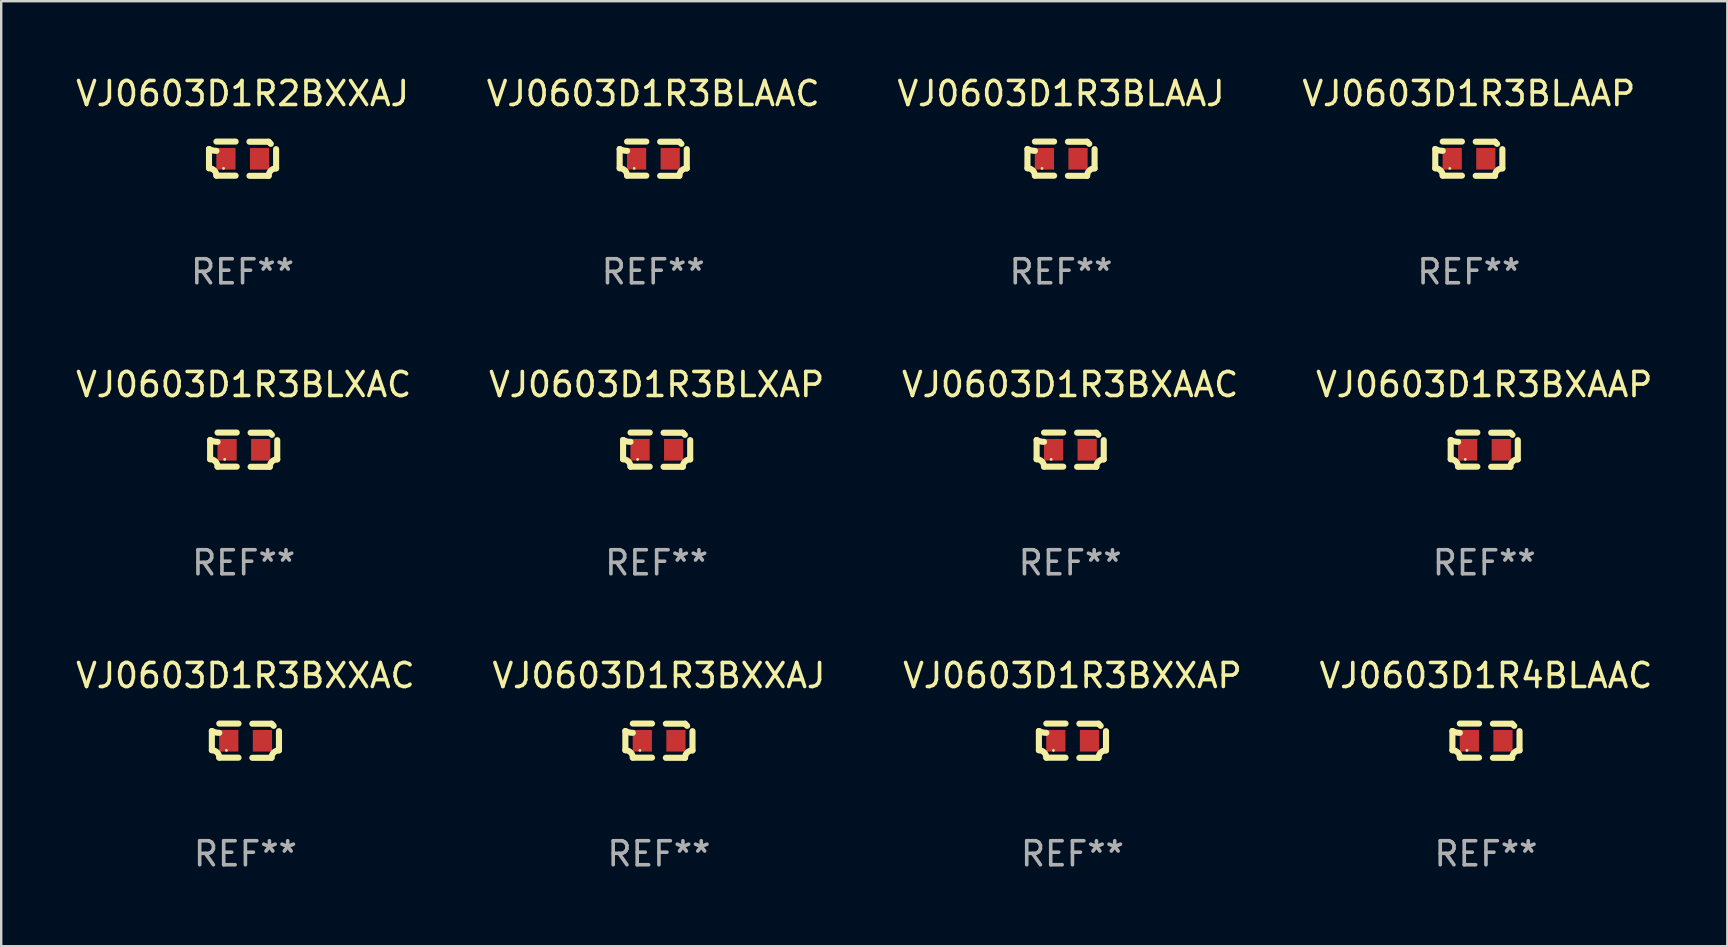
<source format=kicad_pcb>
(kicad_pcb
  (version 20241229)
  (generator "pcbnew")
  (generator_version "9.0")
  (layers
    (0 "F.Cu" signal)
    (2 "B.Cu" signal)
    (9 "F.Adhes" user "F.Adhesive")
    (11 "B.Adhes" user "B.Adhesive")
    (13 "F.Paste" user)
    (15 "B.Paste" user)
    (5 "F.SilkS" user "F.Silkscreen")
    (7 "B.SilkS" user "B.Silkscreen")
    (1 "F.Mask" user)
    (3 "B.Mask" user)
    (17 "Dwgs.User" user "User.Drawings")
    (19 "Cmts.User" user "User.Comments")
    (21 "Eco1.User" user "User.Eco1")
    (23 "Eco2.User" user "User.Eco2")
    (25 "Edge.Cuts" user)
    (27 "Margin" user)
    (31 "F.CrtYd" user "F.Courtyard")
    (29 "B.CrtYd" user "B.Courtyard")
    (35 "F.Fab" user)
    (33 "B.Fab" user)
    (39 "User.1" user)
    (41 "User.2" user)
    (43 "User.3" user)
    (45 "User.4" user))
  (footprint "VJ0603D1R2BXXAJ"
    (layer "F.Cu")
    (at 7.054 3.561)
    (property "Reference" "VJ0603D1R2BXXAJ" (at 0 -2.713 0) (layer "F.SilkS") (effects (font (size 1 1) (thickness 0.15))))
    (attr through_hole)
    (fp_line (start -1.398 -0.403) (end -1.398 0.397) (stroke (width 0.254) (type solid)) (layer "F.SilkS"))
    (fp_line (start -0.288 -0.713) (end -1.088 -0.713) (stroke (width 0.254) (type solid)) (layer "F.SilkS"))
    (fp_line (start -0.288 0.707) (end -1.088 0.707) (stroke (width 0.254) (type solid)) (layer "F.SilkS"))
    (fp_line (start 0.288 -0.707) (end 1.088 -0.707) (stroke (width 0.254) (type solid)) (layer "F.SilkS"))
    (fp_line (start 0.288 0.713) (end 1.088 0.713) (stroke (width 0.254) (type solid)) (layer "F.SilkS"))
    (fp_line (start 1.398 -0.397) (end 1.398 0.403) (stroke (width 0.254) (type solid)) (layer "F.SilkS"))
    (fp_arc (start -1.397789 0.397066) (mid -1.178701 0.487826) (end -1.08796 0.706922) (stroke (width 0.254001) (type solid)) (layer "F.SilkS"))
    (fp_arc (start -1.08796 -0.327176) (mid -1.247436 -0.346384) (end -1.39779 -0.402908) (stroke (width 0.254001) (type solid)) (layer "F.SilkS"))
    (fp_arc (start 1.087909 0.712738) (mid 1.178656 0.493655) (end 1.397739 0.402908) (stroke (width 0.254001) (type solid)) (layer "F.SilkS"))
    (fp_arc (start 1.175925 -0.618926) (mid 1.131917 -0.662923) (end 1.08791 -0.706922) (stroke (width 0.254001) (type solid)) (layer "F.SilkS"))
    (fp_circle (center -0.792 0.403) (end -0.762 0.403) (stroke (width 0.06) (type solid)) (fill no) (layer "F.SilkS"))
    (fp_text user "REF**" (at 0 4.713 0) (layer "F.Fab") (effects (font (size 1 1) (thickness 0.15))))
    (pad "1" smd rect (at -0.692 0.003) (size 0.8 0.9) (layers "F.Cu" "F.Mask" "F.Paste"))
    (pad "2" smd rect (at 0.708 0.003) (size 0.8 0.9) (layers "F.Cu" "F.Mask" "F.Paste")))
  (footprint "VJ0603D1R3BLXAC"
    (layer "F.Cu")
    (at 7.101 15.683)
    (property "Reference" "VJ0603D1R3BLXAC" (at 0 -2.713 0) (layer "F.SilkS") (effects (font (size 1 1) (thickness 0.15))))
    (attr through_hole)
    (fp_line (start -1.398 -0.403) (end -1.398 0.397) (stroke (width 0.254) (type solid)) (layer "F.SilkS"))
    (fp_line (start -0.288 -0.713) (end -1.088 -0.713) (stroke (width 0.254) (type solid)) (layer "F.SilkS"))
    (fp_line (start -0.288 0.707) (end -1.088 0.707) (stroke (width 0.254) (type solid)) (layer "F.SilkS"))
    (fp_line (start 0.288 -0.707) (end 1.088 -0.707) (stroke (width 0.254) (type solid)) (layer "F.SilkS"))
    (fp_line (start 0.288 0.713) (end 1.088 0.713) (stroke (width 0.254) (type solid)) (layer "F.SilkS"))
    (fp_line (start 1.398 -0.397) (end 1.398 0.403) (stroke (width 0.254) (type solid)) (layer "F.SilkS"))
    (fp_arc (start -1.397789 0.397066) (mid -1.178701 0.487826) (end -1.08796 0.706922) (stroke (width 0.254001) (type solid)) (layer "F.SilkS"))
    (fp_arc (start -1.08796 -0.327176) (mid -1.247436 -0.346384) (end -1.39779 -0.402908) (stroke (width 0.254001) (type solid)) (layer "F.SilkS"))
    (fp_arc (start 1.087909 0.712738) (mid 1.178656 0.493655) (end 1.397739 0.402908) (stroke (width 0.254001) (type solid)) (layer "F.SilkS"))
    (fp_arc (start 1.175925 -0.618926) (mid 1.131917 -0.662923) (end 1.08791 -0.706922) (stroke (width 0.254001) (type solid)) (layer "F.SilkS"))
    (fp_circle (center -0.792 0.403) (end -0.762 0.403) (stroke (width 0.06) (type solid)) (fill no) (layer "F.SilkS"))
    (fp_text user "REF**" (at 0 4.713 0) (layer "F.Fab") (effects (font (size 1 1) (thickness 0.15))))
    (pad "1" smd rect (at -0.692 0.003) (size 0.8 0.9) (layers "F.Cu" "F.Mask" "F.Paste"))
    (pad "2" smd rect (at 0.708 0.003) (size 0.8 0.9) (layers "F.Cu" "F.Mask" "F.Paste")))
  (footprint "VJ0603D1R4BLAAC"
    (layer "F.Cu")
    (at 58.851 27.805)
    (property "Reference" "VJ0603D1R4BLAAC" (at 0 -2.713 0) (layer "F.SilkS") (effects (font (size 1 1) (thickness 0.15))))
    (attr through_hole)
    (fp_line (start -1.398 -0.403) (end -1.398 0.397) (stroke (width 0.254) (type solid)) (layer "F.SilkS"))
    (fp_line (start -0.288 -0.713) (end -1.088 -0.713) (stroke (width 0.254) (type solid)) (layer "F.SilkS"))
    (fp_line (start -0.288 0.707) (end -1.088 0.707) (stroke (width 0.254) (type solid)) (layer "F.SilkS"))
    (fp_line (start 0.288 -0.707) (end 1.088 -0.707) (stroke (width 0.254) (type solid)) (layer "F.SilkS"))
    (fp_line (start 0.288 0.713) (end 1.088 0.713) (stroke (width 0.254) (type solid)) (layer "F.SilkS"))
    (fp_line (start 1.398 -0.397) (end 1.398 0.403) (stroke (width 0.254) (type solid)) (layer "F.SilkS"))
    (fp_arc (start -1.397789 0.397066) (mid -1.178701 0.487826) (end -1.08796 0.706922) (stroke (width 0.254001) (type solid)) (layer "F.SilkS"))
    (fp_arc (start -1.08796 -0.327176) (mid -1.247436 -0.346384) (end -1.39779 -0.402908) (stroke (width 0.254001) (type solid)) (layer "F.SilkS"))
    (fp_arc (start 1.087909 0.712738) (mid 1.178656 0.493655) (end 1.397739 0.402908) (stroke (width 0.254001) (type solid)) (layer "F.SilkS"))
    (fp_arc (start 1.175925 -0.618926) (mid 1.131917 -0.662923) (end 1.08791 -0.706922) (stroke (width 0.254001) (type solid)) (layer "F.SilkS"))
    (fp_circle (center -0.792 0.403) (end -0.762 0.403) (stroke (width 0.06) (type solid)) (fill no) (layer "F.SilkS"))
    (fp_text user "REF**" (at 0 4.713 0) (layer "F.Fab") (effects (font (size 1 1) (thickness 0.15))))
    (pad "1" smd rect (at -0.692 0.003) (size 0.8 0.9) (layers "F.Cu" "F.Mask" "F.Paste"))
    (pad "2" smd rect (at 0.708 0.003) (size 0.8 0.9) (layers "F.Cu" "F.Mask" "F.Paste")))
  (footprint "VJ0603D1R3BLXAP"
    (layer "F.Cu")
    (at 24.304 15.683)
    (property "Reference" "VJ0603D1R3BLXAP" (at 0 -2.713 0) (layer "F.SilkS") (effects (font (size 1 1) (thickness 0.15))))
    (attr through_hole)
    (fp_line (start -1.398 -0.403) (end -1.398 0.397) (stroke (width 0.254) (type solid)) (layer "F.SilkS"))
    (fp_line (start -0.288 -0.713) (end -1.088 -0.713) (stroke (width 0.254) (type solid)) (layer "F.SilkS"))
    (fp_line (start -0.288 0.707) (end -1.088 0.707) (stroke (width 0.254) (type solid)) (layer "F.SilkS"))
    (fp_line (start 0.288 -0.707) (end 1.088 -0.707) (stroke (width 0.254) (type solid)) (layer "F.SilkS"))
    (fp_line (start 0.288 0.713) (end 1.088 0.713) (stroke (width 0.254) (type solid)) (layer "F.SilkS"))
    (fp_line (start 1.398 -0.397) (end 1.398 0.403) (stroke (width 0.254) (type solid)) (layer "F.SilkS"))
    (fp_arc (start -1.397789 0.397066) (mid -1.178701 0.487826) (end -1.08796 0.706922) (stroke (width 0.254001) (type solid)) (layer "F.SilkS"))
    (fp_arc (start -1.08796 -0.327176) (mid -1.247436 -0.346384) (end -1.39779 -0.402908) (stroke (width 0.254001) (type solid)) (layer "F.SilkS"))
    (fp_arc (start 1.087909 0.712738) (mid 1.178656 0.493655) (end 1.397739 0.402908) (stroke (width 0.254001) (type solid)) (layer "F.SilkS"))
    (fp_arc (start 1.175925 -0.618926) (mid 1.131917 -0.662923) (end 1.08791 -0.706922) (stroke (width 0.254001) (type solid)) (layer "F.SilkS"))
    (fp_circle (center -0.792 0.403) (end -0.762 0.403) (stroke (width 0.06) (type solid)) (fill no) (layer "F.SilkS"))
    (fp_text user "REF**" (at 0 4.713 0) (layer "F.Fab") (effects (font (size 1 1) (thickness 0.15))))
    (pad "1" smd rect (at -0.692 0.003) (size 0.8 0.9) (layers "F.Cu" "F.Mask" "F.Paste"))
    (pad "2" smd rect (at 0.708 0.003) (size 0.8 0.9) (layers "F.Cu" "F.Mask" "F.Paste")))
  (footprint "VJ0603D1R3BXXAC"
    (layer "F.Cu")
    (at 7.173 27.805)
    (property "Reference" "VJ0603D1R3BXXAC" (at 0 -2.713 0) (layer "F.SilkS") (effects (font (size 1 1) (thickness 0.15))))
    (attr through_hole)
    (fp_line (start -1.398 -0.403) (end -1.398 0.397) (stroke (width 0.254) (type solid)) (layer "F.SilkS"))
    (fp_line (start -0.288 -0.713) (end -1.088 -0.713) (stroke (width 0.254) (type solid)) (layer "F.SilkS"))
    (fp_line (start -0.288 0.707) (end -1.088 0.707) (stroke (width 0.254) (type solid)) (layer "F.SilkS"))
    (fp_line (start 0.288 -0.707) (end 1.088 -0.707) (stroke (width 0.254) (type solid)) (layer "F.SilkS"))
    (fp_line (start 0.288 0.713) (end 1.088 0.713) (stroke (width 0.254) (type solid)) (layer "F.SilkS"))
    (fp_line (start 1.398 -0.397) (end 1.398 0.403) (stroke (width 0.254) (type solid)) (layer "F.SilkS"))
    (fp_arc (start -1.397789 0.397066) (mid -1.178701 0.487826) (end -1.08796 0.706922) (stroke (width 0.254001) (type solid)) (layer "F.SilkS"))
    (fp_arc (start -1.08796 -0.327176) (mid -1.247436 -0.346384) (end -1.39779 -0.402908) (stroke (width 0.254001) (type solid)) (layer "F.SilkS"))
    (fp_arc (start 1.087909 0.712738) (mid 1.178656 0.493655) (end 1.397739 0.402908) (stroke (width 0.254001) (type solid)) (layer "F.SilkS"))
    (fp_arc (start 1.175925 -0.618926) (mid 1.131917 -0.662923) (end 1.08791 -0.706922) (stroke (width 0.254001) (type solid)) (layer "F.SilkS"))
    (fp_circle (center -0.792 0.403) (end -0.762 0.403) (stroke (width 0.06) (type solid)) (fill no) (layer "F.SilkS"))
    (fp_text user "REF**" (at 0 4.713 0) (layer "F.Fab") (effects (font (size 1 1) (thickness 0.15))))
    (pad "1" smd rect (at -0.692 0.003) (size 0.8 0.9) (layers "F.Cu" "F.Mask" "F.Paste"))
    (pad "2" smd rect (at 0.708 0.003) (size 0.8 0.9) (layers "F.Cu" "F.Mask" "F.Paste")))
  (footprint "VJ0603D1R3BLAAP"
    (layer "F.Cu")
    (at 58.137 3.561)
    (property "Reference" "VJ0603D1R3BLAAP" (at 0 -2.713 0) (layer "F.SilkS") (effects (font (size 1 1) (thickness 0.15))))
    (attr through_hole)
    (fp_line (start -1.398 -0.403) (end -1.398 0.397) (stroke (width 0.254) (type solid)) (layer "F.SilkS"))
    (fp_line (start -0.288 -0.713) (end -1.088 -0.713) (stroke (width 0.254) (type solid)) (layer "F.SilkS"))
    (fp_line (start -0.288 0.707) (end -1.088 0.707) (stroke (width 0.254) (type solid)) (layer "F.SilkS"))
    (fp_line (start 0.288 -0.707) (end 1.088 -0.707) (stroke (width 0.254) (type solid)) (layer "F.SilkS"))
    (fp_line (start 0.288 0.713) (end 1.088 0.713) (stroke (width 0.254) (type solid)) (layer "F.SilkS"))
    (fp_line (start 1.398 -0.397) (end 1.398 0.403) (stroke (width 0.254) (type solid)) (layer "F.SilkS"))
    (fp_arc (start -1.397789 0.397066) (mid -1.178701 0.487826) (end -1.08796 0.706922) (stroke (width 0.254001) (type solid)) (layer "F.SilkS"))
    (fp_arc (start -1.08796 -0.327176) (mid -1.247436 -0.346384) (end -1.39779 -0.402908) (stroke (width 0.254001) (type solid)) (layer "F.SilkS"))
    (fp_arc (start 1.087909 0.712738) (mid 1.178656 0.493655) (end 1.397739 0.402908) (stroke (width 0.254001) (type solid)) (layer "F.SilkS"))
    (fp_arc (start 1.175925 -0.618926) (mid 1.131917 -0.662923) (end 1.08791 -0.706922) (stroke (width 0.254001) (type solid)) (layer "F.SilkS"))
    (fp_circle (center -0.792 0.403) (end -0.762 0.403) (stroke (width 0.06) (type solid)) (fill no) (layer "F.SilkS"))
    (fp_text user "REF**" (at 0 4.713 0) (layer "F.Fab") (effects (font (size 1 1) (thickness 0.15))))
    (pad "1" smd rect (at -0.692 0.003) (size 0.8 0.9) (layers "F.Cu" "F.Mask" "F.Paste"))
    (pad "2" smd rect (at 0.708 0.003) (size 0.8 0.9) (layers "F.Cu" "F.Mask" "F.Paste")))
  (footprint "VJ0603D1R3BXXAP"
    (layer "F.Cu")
    (at 41.625 27.805)
    (property "Reference" "VJ0603D1R3BXXAP" (at 0 -2.713 0) (layer "F.SilkS") (effects (font (size 1 1) (thickness 0.15))))
    (attr through_hole)
    (fp_line (start -1.398 -0.403) (end -1.398 0.397) (stroke (width 0.254) (type solid)) (layer "F.SilkS"))
    (fp_line (start -0.288 -0.713) (end -1.088 -0.713) (stroke (width 0.254) (type solid)) (layer "F.SilkS"))
    (fp_line (start -0.288 0.707) (end -1.088 0.707) (stroke (width 0.254) (type solid)) (layer "F.SilkS"))
    (fp_line (start 0.288 -0.707) (end 1.088 -0.707) (stroke (width 0.254) (type solid)) (layer "F.SilkS"))
    (fp_line (start 0.288 0.713) (end 1.088 0.713) (stroke (width 0.254) (type solid)) (layer "F.SilkS"))
    (fp_line (start 1.398 -0.397) (end 1.398 0.403) (stroke (width 0.254) (type solid)) (layer "F.SilkS"))
    (fp_arc (start -1.397789 0.397066) (mid -1.178701 0.487826) (end -1.08796 0.706922) (stroke (width 0.254001) (type solid)) (layer "F.SilkS"))
    (fp_arc (start -1.08796 -0.327176) (mid -1.247436 -0.346384) (end -1.39779 -0.402908) (stroke (width 0.254001) (type solid)) (layer "F.SilkS"))
    (fp_arc (start 1.087909 0.712738) (mid 1.178656 0.493655) (end 1.397739 0.402908) (stroke (width 0.254001) (type solid)) (layer "F.SilkS"))
    (fp_arc (start 1.175925 -0.618926) (mid 1.131917 -0.662923) (end 1.08791 -0.706922) (stroke (width 0.254001) (type solid)) (layer "F.SilkS"))
    (fp_circle (center -0.792 0.403) (end -0.762 0.403) (stroke (width 0.06) (type solid)) (fill no) (layer "F.SilkS"))
    (fp_text user "REF**" (at 0 4.713 0) (layer "F.Fab") (effects (font (size 1 1) (thickness 0.15))))
    (pad "1" smd rect (at -0.692 0.003) (size 0.8 0.9) (layers "F.Cu" "F.Mask" "F.Paste"))
    (pad "2" smd rect (at 0.708 0.003) (size 0.8 0.9) (layers "F.Cu" "F.Mask" "F.Paste")))
  (footprint "VJ0603D1R3BXAAP"
    (layer "F.Cu")
    (at 58.78 15.683)
    (property "Reference" "VJ0603D1R3BXAAP" (at 0 -2.713 0) (layer "F.SilkS") (effects (font (size 1 1) (thickness 0.15))))
    (attr through_hole)
    (fp_line (start -1.398 -0.403) (end -1.398 0.397) (stroke (width 0.254) (type solid)) (layer "F.SilkS"))
    (fp_line (start -0.288 -0.713) (end -1.088 -0.713) (stroke (width 0.254) (type solid)) (layer "F.SilkS"))
    (fp_line (start -0.288 0.707) (end -1.088 0.707) (stroke (width 0.254) (type solid)) (layer "F.SilkS"))
    (fp_line (start 0.288 -0.707) (end 1.088 -0.707) (stroke (width 0.254) (type solid)) (layer "F.SilkS"))
    (fp_line (start 0.288 0.713) (end 1.088 0.713) (stroke (width 0.254) (type solid)) (layer "F.SilkS"))
    (fp_line (start 1.398 -0.397) (end 1.398 0.403) (stroke (width 0.254) (type solid)) (layer "F.SilkS"))
    (fp_arc (start -1.397789 0.397066) (mid -1.178701 0.487826) (end -1.08796 0.706922) (stroke (width 0.254001) (type solid)) (layer "F.SilkS"))
    (fp_arc (start -1.08796 -0.327176) (mid -1.247436 -0.346384) (end -1.39779 -0.402908) (stroke (width 0.254001) (type solid)) (layer "F.SilkS"))
    (fp_arc (start 1.087909 0.712738) (mid 1.178656 0.493655) (end 1.397739 0.402908) (stroke (width 0.254001) (type solid)) (layer "F.SilkS"))
    (fp_arc (start 1.175925 -0.618926) (mid 1.131917 -0.662923) (end 1.08791 -0.706922) (stroke (width 0.254001) (type solid)) (layer "F.SilkS"))
    (fp_circle (center -0.792 0.403) (end -0.762 0.403) (stroke (width 0.06) (type solid)) (fill no) (layer "F.SilkS"))
    (fp_text user "REF**" (at 0 4.713 0) (layer "F.Fab") (effects (font (size 1 1) (thickness 0.15))))
    (pad "1" smd rect (at -0.692 0.003) (size 0.8 0.9) (layers "F.Cu" "F.Mask" "F.Paste"))
    (pad "2" smd rect (at 0.708 0.003) (size 0.8 0.9) (layers "F.Cu" "F.Mask" "F.Paste")))
  (footprint "VJ0603D1R3BXXAJ"
    (layer "F.Cu")
    (at 24.399 27.805)
    (property "Reference" "VJ0603D1R3BXXAJ" (at 0 -2.713 0) (layer "F.SilkS") (effects (font (size 1 1) (thickness 0.15))))
    (attr through_hole)
    (fp_line (start -1.398 -0.403) (end -1.398 0.397) (stroke (width 0.254) (type solid)) (layer "F.SilkS"))
    (fp_line (start -0.288 -0.713) (end -1.088 -0.713) (stroke (width 0.254) (type solid)) (layer "F.SilkS"))
    (fp_line (start -0.288 0.707) (end -1.088 0.707) (stroke (width 0.254) (type solid)) (layer "F.SilkS"))
    (fp_line (start 0.288 -0.707) (end 1.088 -0.707) (stroke (width 0.254) (type solid)) (layer "F.SilkS"))
    (fp_line (start 0.288 0.713) (end 1.088 0.713) (stroke (width 0.254) (type solid)) (layer "F.SilkS"))
    (fp_line (start 1.398 -0.397) (end 1.398 0.403) (stroke (width 0.254) (type solid)) (layer "F.SilkS"))
    (fp_arc (start -1.397789 0.397066) (mid -1.178701 0.487826) (end -1.08796 0.706922) (stroke (width 0.254001) (type solid)) (layer "F.SilkS"))
    (fp_arc (start -1.08796 -0.327176) (mid -1.247436 -0.346384) (end -1.39779 -0.402908) (stroke (width 0.254001) (type solid)) (layer "F.SilkS"))
    (fp_arc (start 1.087909 0.712738) (mid 1.178656 0.493655) (end 1.397739 0.402908) (stroke (width 0.254001) (type solid)) (layer "F.SilkS"))
    (fp_arc (start 1.175925 -0.618926) (mid 1.131917 -0.662923) (end 1.08791 -0.706922) (stroke (width 0.254001) (type solid)) (layer "F.SilkS"))
    (fp_circle (center -0.792 0.403) (end -0.762 0.403) (stroke (width 0.06) (type solid)) (fill no) (layer "F.SilkS"))
    (fp_text user "REF**" (at 0 4.713 0) (layer "F.Fab") (effects (font (size 1 1) (thickness 0.15))))
    (pad "1" smd rect (at -0.692 0.003) (size 0.8 0.9) (layers "F.Cu" "F.Mask" "F.Paste"))
    (pad "2" smd rect (at 0.708 0.003) (size 0.8 0.9) (layers "F.Cu" "F.Mask" "F.Paste")))
  (footprint "VJ0603D1R3BLAAJ"
    (layer "F.Cu")
    (at 41.149 3.561)
    (property "Reference" "VJ0603D1R3BLAAJ" (at 0 -2.713 0) (layer "F.SilkS") (effects (font (size 1 1) (thickness 0.15))))
    (attr through_hole)
    (fp_line (start -1.398 -0.403) (end -1.398 0.397) (stroke (width 0.254) (type solid)) (layer "F.SilkS"))
    (fp_line (start -0.288 -0.713) (end -1.088 -0.713) (stroke (width 0.254) (type solid)) (layer "F.SilkS"))
    (fp_line (start -0.288 0.707) (end -1.088 0.707) (stroke (width 0.254) (type solid)) (layer "F.SilkS"))
    (fp_line (start 0.288 -0.707) (end 1.088 -0.707) (stroke (width 0.254) (type solid)) (layer "F.SilkS"))
    (fp_line (start 0.288 0.713) (end 1.088 0.713) (stroke (width 0.254) (type solid)) (layer "F.SilkS"))
    (fp_line (start 1.398 -0.397) (end 1.398 0.403) (stroke (width 0.254) (type solid)) (layer "F.SilkS"))
    (fp_arc (start -1.397789 0.397066) (mid -1.178701 0.487826) (end -1.08796 0.706922) (stroke (width 0.254001) (type solid)) (layer "F.SilkS"))
    (fp_arc (start -1.08796 -0.327176) (mid -1.247436 -0.346384) (end -1.39779 -0.402908) (stroke (width 0.254001) (type solid)) (layer "F.SilkS"))
    (fp_arc (start 1.087909 0.712738) (mid 1.178656 0.493655) (end 1.397739 0.402908) (stroke (width 0.254001) (type solid)) (layer "F.SilkS"))
    (fp_arc (start 1.175925 -0.618926) (mid 1.131917 -0.662923) (end 1.08791 -0.706922) (stroke (width 0.254001) (type solid)) (layer "F.SilkS"))
    (fp_circle (center -0.792 0.403) (end -0.762 0.403) (stroke (width 0.06) (type solid)) (fill no) (layer "F.SilkS"))
    (fp_text user "REF**" (at 0 4.713 0) (layer "F.Fab") (effects (font (size 1 1) (thickness 0.15))))
    (pad "1" smd rect (at -0.692 0.003) (size 0.8 0.9) (layers "F.Cu" "F.Mask" "F.Paste"))
    (pad "2" smd rect (at 0.708 0.003) (size 0.8 0.9) (layers "F.Cu" "F.Mask" "F.Paste")))
  (footprint "VJ0603D1R3BLAAC"
    (layer "F.Cu")
    (at 24.161 3.561)
    (property "Reference" "VJ0603D1R3BLAAC" (at 0 -2.713 0) (layer "F.SilkS") (effects (font (size 1 1) (thickness 0.15))))
    (attr through_hole)
    (fp_line (start -1.398 -0.403) (end -1.398 0.397) (stroke (width 0.254) (type solid)) (layer "F.SilkS"))
    (fp_line (start -0.288 -0.713) (end -1.088 -0.713) (stroke (width 0.254) (type solid)) (layer "F.SilkS"))
    (fp_line (start -0.288 0.707) (end -1.088 0.707) (stroke (width 0.254) (type solid)) (layer "F.SilkS"))
    (fp_line (start 0.288 -0.707) (end 1.088 -0.707) (stroke (width 0.254) (type solid)) (layer "F.SilkS"))
    (fp_line (start 0.288 0.713) (end 1.088 0.713) (stroke (width 0.254) (type solid)) (layer "F.SilkS"))
    (fp_line (start 1.398 -0.397) (end 1.398 0.403) (stroke (width 0.254) (type solid)) (layer "F.SilkS"))
    (fp_arc (start -1.397789 0.397066) (mid -1.178701 0.487826) (end -1.08796 0.706922) (stroke (width 0.254001) (type solid)) (layer "F.SilkS"))
    (fp_arc (start -1.08796 -0.327176) (mid -1.247436 -0.346384) (end -1.39779 -0.402908) (stroke (width 0.254001) (type solid)) (layer "F.SilkS"))
    (fp_arc (start 1.087909 0.712738) (mid 1.178656 0.493655) (end 1.397739 0.402908) (stroke (width 0.254001) (type solid)) (layer "F.SilkS"))
    (fp_arc (start 1.175925 -0.618926) (mid 1.131917 -0.662923) (end 1.08791 -0.706922) (stroke (width 0.254001) (type solid)) (layer "F.SilkS"))
    (fp_circle (center -0.792 0.403) (end -0.762 0.403) (stroke (width 0.06) (type solid)) (fill no) (layer "F.SilkS"))
    (fp_text user "REF**" (at 0 4.713 0) (layer "F.Fab") (effects (font (size 1 1) (thickness 0.15))))
    (pad "1" smd rect (at -0.692 0.003) (size 0.8 0.9) (layers "F.Cu" "F.Mask" "F.Paste"))
    (pad "2" smd rect (at 0.708 0.003) (size 0.8 0.9) (layers "F.Cu" "F.Mask" "F.Paste")))
  (footprint "VJ0603D1R3BXAAC"
    (layer "F.Cu")
    (at 41.53 15.683)
    (property "Reference" "VJ0603D1R3BXAAC" (at 0 -2.713 0) (layer "F.SilkS") (effects (font (size 1 1) (thickness 0.15))))
    (attr through_hole)
    (fp_line (start -1.398 -0.403) (end -1.398 0.397) (stroke (width 0.254) (type solid)) (layer "F.SilkS"))
    (fp_line (start -0.288 -0.713) (end -1.088 -0.713) (stroke (width 0.254) (type solid)) (layer "F.SilkS"))
    (fp_line (start -0.288 0.707) (end -1.088 0.707) (stroke (width 0.254) (type solid)) (layer "F.SilkS"))
    (fp_line (start 0.288 -0.707) (end 1.088 -0.707) (stroke (width 0.254) (type solid)) (layer "F.SilkS"))
    (fp_line (start 0.288 0.713) (end 1.088 0.713) (stroke (width 0.254) (type solid)) (layer "F.SilkS"))
    (fp_line (start 1.398 -0.397) (end 1.398 0.403) (stroke (width 0.254) (type solid)) (layer "F.SilkS"))
    (fp_arc (start -1.397789 0.397066) (mid -1.178701 0.487826) (end -1.08796 0.706922) (stroke (width 0.254001) (type solid)) (layer "F.SilkS"))
    (fp_arc (start -1.08796 -0.327176) (mid -1.247436 -0.346384) (end -1.39779 -0.402908) (stroke (width 0.254001) (type solid)) (layer "F.SilkS"))
    (fp_arc (start 1.087909 0.712738) (mid 1.178656 0.493655) (end 1.397739 0.402908) (stroke (width 0.254001) (type solid)) (layer "F.SilkS"))
    (fp_arc (start 1.175925 -0.618926) (mid 1.131917 -0.662923) (end 1.08791 -0.706922) (stroke (width 0.254001) (type solid)) (layer "F.SilkS"))
    (fp_circle (center -0.792 0.403) (end -0.762 0.403) (stroke (width 0.06) (type solid)) (fill no) (layer "F.SilkS"))
    (fp_text user "REF**" (at 0 4.713 0) (layer "F.Fab") (effects (font (size 1 1) (thickness 0.15))))
    (pad "1" smd rect (at -0.692 0.003) (size 0.8 0.9) (layers "F.Cu" "F.Mask" "F.Paste"))
    (pad "2" smd rect (at 0.708 0.003) (size 0.8 0.9) (layers "F.Cu" "F.Mask" "F.Paste")))
  (gr_rect
    (start -3 -3)
    (end 68.905 36.366)
    (stroke (width 0.1) (type default))
    (fill no)
    (layer "Edge.Cuts")))
</source>
